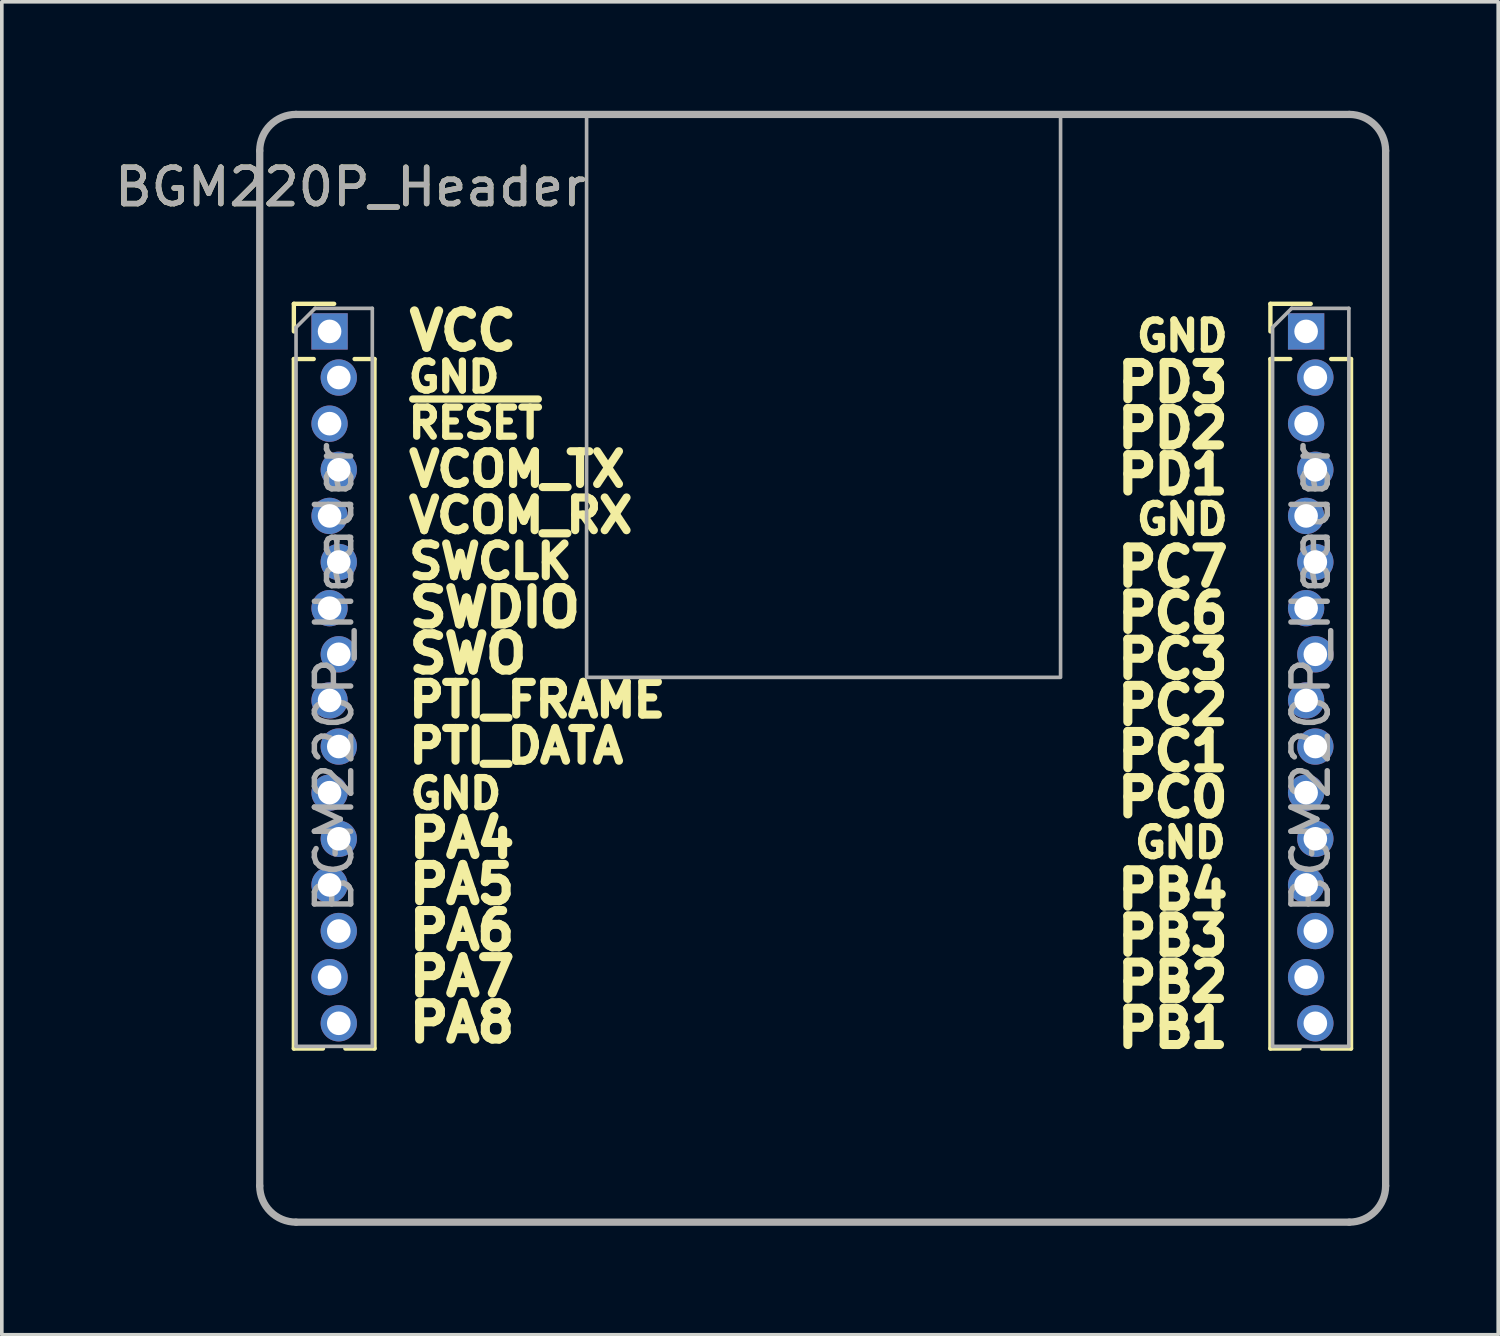
<source format=kicad_pcb>
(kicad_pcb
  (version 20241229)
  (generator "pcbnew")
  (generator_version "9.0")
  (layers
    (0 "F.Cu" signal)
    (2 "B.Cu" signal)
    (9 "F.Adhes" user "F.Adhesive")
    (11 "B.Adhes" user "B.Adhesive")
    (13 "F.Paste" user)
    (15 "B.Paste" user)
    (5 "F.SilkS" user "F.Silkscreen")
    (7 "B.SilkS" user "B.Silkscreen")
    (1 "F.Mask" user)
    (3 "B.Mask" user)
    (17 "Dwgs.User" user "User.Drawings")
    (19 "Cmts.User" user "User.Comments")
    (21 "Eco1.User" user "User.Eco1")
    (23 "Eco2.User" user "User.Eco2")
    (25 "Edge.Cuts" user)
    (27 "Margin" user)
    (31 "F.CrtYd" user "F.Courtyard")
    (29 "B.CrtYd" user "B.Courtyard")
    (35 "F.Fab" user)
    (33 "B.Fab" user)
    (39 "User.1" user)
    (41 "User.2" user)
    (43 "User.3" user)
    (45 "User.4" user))
  (footprint "BGM220P_Header"
    (layer "F.Cu")
    (at 19.601 15.6)
    (property "Reference" "BGM220P_Header" (at -13 -13.5 0) (unlocked yes) (layer "F.SilkS") (effects (font (size 1 1) (thickness 0.15))))
    (attr smd)
    (fp_line (start -14.56 -10.285) (end -13.45 -10.285) (stroke (width 0.12) (type solid)) (layer "F.SilkS"))
    (fp_line (start -14.56 -9.525) (end -14.56 -10.285) (stroke (width 0.12) (type solid)) (layer "F.SilkS"))
    (fp_line (start -14.56 -8.765) (end -14.56 10.22) (stroke (width 0.12) (type solid)) (layer "F.SilkS"))
    (fp_line (start -14.56 -8.765) (end -14.013 -8.765) (stroke (width 0.12) (type solid)) (layer "F.SilkS"))
    (fp_line (start -14.56 10.22) (end -13.758 10.22) (stroke (width 0.12) (type solid)) (layer "F.SilkS"))
    (fp_line (start -13.142 10.22) (end -12.34 10.22) (stroke (width 0.12) (type solid)) (layer "F.SilkS"))
    (fp_line (start -12.887 -8.765) (end -12.34 -8.765) (stroke (width 0.12) (type solid)) (layer "F.SilkS"))
    (fp_line (start -12.34 -8.765) (end -12.34 10.22) (stroke (width 0.12) (type solid)) (layer "F.SilkS"))
    (fp_line (start 12.328 -10.285) (end 13.438 -10.285) (stroke (width 0.12) (type solid)) (layer "F.SilkS"))
    (fp_line (start 12.328 -9.525) (end 12.328 -10.285) (stroke (width 0.12) (type solid)) (layer "F.SilkS"))
    (fp_line (start 12.328 -8.765) (end 12.328 10.22) (stroke (width 0.12) (type solid)) (layer "F.SilkS"))
    (fp_line (start 12.328 -8.765) (end 12.875 -8.765) (stroke (width 0.12) (type solid)) (layer "F.SilkS"))
    (fp_line (start 12.328 10.22) (end 13.13 10.22) (stroke (width 0.12) (type solid)) (layer "F.SilkS"))
    (fp_line (start 13.746 10.22) (end 14.548 10.22) (stroke (width 0.12) (type solid)) (layer "F.SilkS"))
    (fp_line (start 14.001 -8.765) (end 14.548 -8.765) (stroke (width 0.12) (type solid)) (layer "F.SilkS"))
    (fp_line (start 14.548 -8.765) (end 14.548 10.22) (stroke (width 0.12) (type solid)) (layer "F.SilkS"))
    (fp_line (start -15.5 14) (end -15.5 -14.5) (stroke (width 0.2) (type solid)) (layer "F.Fab"))
    (fp_line (start -14.5 -15.5) (end 14.5 -15.5) (stroke (width 0.2) (type solid)) (layer "F.Fab"))
    (fp_line (start -14.5 -9.635) (end -13.975 -10.16) (stroke (width 0.1) (type solid)) (layer "F.Fab"))
    (fp_line (start -14.5 10.16) (end -14.5 -9.635) (stroke (width 0.1) (type solid)) (layer "F.Fab"))
    (fp_line (start -13.975 -10.16) (end -12.4 -10.16) (stroke (width 0.1) (type solid)) (layer "F.Fab"))
    (fp_line (start -12.4 -10.16) (end -12.4 10.16) (stroke (width 0.1) (type solid)) (layer "F.Fab"))
    (fp_line (start -12.4 10.16) (end -14.5 10.16) (stroke (width 0.1) (type solid)) (layer "F.Fab"))
    (fp_line (start 12.388 -9.635) (end 12.913 -10.16) (stroke (width 0.1) (type solid)) (layer "F.Fab"))
    (fp_line (start 12.388 10.16) (end 12.388 -9.635) (stroke (width 0.1) (type solid)) (layer "F.Fab"))
    (fp_line (start 12.913 -10.16) (end 14.488 -10.16) (stroke (width 0.1) (type solid)) (layer "F.Fab"))
    (fp_line (start 14.488 -10.16) (end 14.488 10.16) (stroke (width 0.1) (type solid)) (layer "F.Fab"))
    (fp_line (start 14.488 10.16) (end 12.388 10.16) (stroke (width 0.1) (type solid)) (layer "F.Fab"))
    (fp_line (start 14.5 15) (end -14.5 15) (stroke (width 0.2) (type solid)) (layer "F.Fab"))
    (fp_line (start 15.5 -14.5) (end 15.5 14) (stroke (width 0.2) (type solid)) (layer "F.Fab"))
    (fp_rect (start -6.5 -15.5) (end 6.55 0) (stroke (width 0.1) (type solid)) (fill no) (layer "F.Fab"))
    (fp_arc (start -15.5 -14.5) (mid -15.207107 -15.207107) (end -14.5 -15.5) (stroke (width 0.2) (type solid)) (layer "F.Fab"))
    (fp_arc (start -14.500004 15.000004) (mid -15.207111 14.707111) (end -15.500004 14.000004) (stroke (width 0.2) (type solid)) (layer "F.Fab"))
    (fp_arc (start 14.5 -15.5) (mid 15.207107 -15.207107) (end 15.5 -14.5) (stroke (width 0.2) (type solid)) (layer "F.Fab"))
    (fp_arc (start 15.5 14) (mid 15.207107 14.707107) (end 14.5 15) (stroke (width 0.2) (type solid)) (layer "F.Fab"))
    (fp_text user "PA4" (at -11.5 4.43 0) (unlocked yes) (layer "F.SilkS") (effects (font (size 1 1) (thickness 0.25)) (justify left)))
    (fp_text user "SWO" (at -11.5 -0.65 0) (unlocked yes) (layer "F.SilkS") (effects (font (size 1 1) (thickness 0.25)) (justify left)))
    (fp_text user "PB2" (at 8 8.39 0) (unlocked yes) (layer "F.SilkS") (effects (font (size 1 1) (thickness 0.25)) (justify left)))
    (fp_text user "VCOM_TX" (at -11.5 -5.73 0) (unlocked yes) (layer "F.SilkS") (effects (font (size 0.9 0.9) (thickness 0.225)) (justify left)))
    (fp_text user "GND" (at 8.55 -9.4 0) (unlocked yes) (layer "F.SilkS") (effects (font (size 0.8 0.8) (thickness 0.2)) (justify left)))
    (fp_text user "~{RESET}" (at -11.5 -7 0) (unlocked yes) (layer "F.SilkS") (effects (font (size 0.8 0.8) (thickness 0.2)) (justify left)))
    (fp_text user "PTI_FRAME" (at -11.5 0.62 0) (unlocked yes) (layer "F.SilkS") (effects (font (size 0.9 0.9) (thickness 0.225)) (justify left)))
    (fp_text user "PD3" (at 8 -8.12 0) (unlocked yes) (layer "F.SilkS") (effects (font (size 1 1) (thickness 0.25)) (justify left)))
    (fp_text user "SWCLK" (at -11.5 -3.19 0) (unlocked yes) (layer "F.SilkS") (effects (font (size 0.9 0.9) (thickness 0.225)) (justify left)))
    (fp_text user "PA7" (at -11.5 8.24 0) (unlocked yes) (layer "F.SilkS") (effects (font (size 1 1) (thickness 0.25)) (justify left)))
    (fp_text user "VCC" (at -11.5 -9.54 0) (unlocked yes) (layer "F.SilkS") (effects (font (size 1 1) (thickness 0.25)) (justify left)))
    (fp_text user "SWDIO" (at -11.5 -1.92 0) (unlocked yes) (layer "F.SilkS") (effects (font (size 1 1) (thickness 0.25)) (justify left)))
    (fp_text user "PB1" (at 8 9.66 0) (unlocked yes) (layer "F.SilkS") (effects (font (size 1 1) (thickness 0.25)) (justify left)))
    (fp_text user "PD1" (at 8 -5.58 0) (unlocked yes) (layer "F.SilkS") (effects (font (size 1 1) (thickness 0.25)) (justify left)))
    (fp_text user "PC0" (at 8 3.31 0) (unlocked yes) (layer "F.SilkS") (effects (font (size 1 1) (thickness 0.25)) (justify left)))
    (fp_text user "PC1" (at 8 2.04 0) (unlocked yes) (layer "F.SilkS") (effects (font (size 1 1) (thickness 0.25)) (justify left)))
    (fp_text user "VCOM_RX" (at -11.506 -4.457 0) (unlocked yes) (layer "F.SilkS") (effects (font (size 0.9 0.9) (thickness 0.225)) (justify left)))
    (fp_text user "PTI_DATA" (at -11.5 1.89 0) (unlocked yes) (layer "F.SilkS") (effects (font (size 0.9 0.9) (thickness 0.225)) (justify left)))
    (fp_text user "GND" (at -11.45 3.2 0) (unlocked yes) (layer "F.SilkS") (effects (font (size 0.8 0.8) (thickness 0.2)) (justify left)))
    (fp_text user "PB3" (at 8 7.12 0) (unlocked yes) (layer "F.SilkS") (effects (font (size 1 1) (thickness 0.25)) (justify left)))
    (fp_text user "GND" (at 8.5 4.55 0) (unlocked yes) (layer "F.SilkS") (effects (font (size 0.8 0.8) (thickness 0.2)) (justify left)))
    (fp_text user "PA8" (at -11.5 9.51 0) (unlocked yes) (layer "F.SilkS") (effects (font (size 1 1) (thickness 0.25)) (justify left)))
    (fp_text user "PB4" (at 8 5.85 0) (unlocked yes) (layer "F.SilkS") (effects (font (size 1 1) (thickness 0.25)) (justify left)))
    (fp_text user "GND" (at 8.55 -4.35 0) (unlocked yes) (layer "F.SilkS") (effects (font (size 0.8 0.8) (thickness 0.2)) (justify left)))
    (fp_text user "PC2" (at 8 0.77 0) (unlocked yes) (layer "F.SilkS") (effects (font (size 1 1) (thickness 0.25)) (justify left)))
    (fp_text user "GND" (at -11.5 -8.27 0) (unlocked yes) (layer "F.SilkS") (effects (font (size 0.8 0.8) (thickness 0.2)) (justify left)))
    (fp_text user "PC3" (at 8 -0.5 0) (unlocked yes) (layer "F.SilkS") (effects (font (size 1 1) (thickness 0.25)) (justify left)))
    (fp_text user "PC6" (at 8 -1.77 0) (unlocked yes) (layer "F.SilkS") (effects (font (size 1 1) (thickness 0.25)) (justify left)))
    (fp_text user "PC7" (at 8 -3.04 0) (unlocked yes) (layer "F.SilkS") (effects (font (size 1 1) (thickness 0.25)) (justify left)))
    (fp_text user "PA5" (at -11.5 5.7 0) (unlocked yes) (layer "F.SilkS") (effects (font (size 1 1) (thickness 0.25)) (justify left)))
    (fp_text user "PD2" (at 8 -6.85 0) (unlocked yes) (layer "F.SilkS") (effects (font (size 1 1) (thickness 0.25)) (justify left)))
    (fp_text user "PA6" (at -11.5 6.97 0) (unlocked yes) (layer "F.SilkS") (effects (font (size 1 1) (thickness 0.25)) (justify left)))
    (fp_text user "${REFERENCE}" (at -13 -13.5 0) (unlocked yes) (layer "F.Fab") (effects (font (size 1 1) (thickness 0.15))))
    (fp_text user "${REFERENCE}" (at 13.438 0 270) (layer "F.Fab") (effects (font (size 1 1) (thickness 0.15))))
    (fp_text user "${REFERENCE}" (at -13.45 0 270) (layer "F.Fab") (effects (font (size 1 1) (thickness 0.15))))
    (pad "1" thru_hole rect (at 13.311 -9.525) (size 1 1) (drill 0.65) (layers "*.Cu" "*.Mask"))
    (pad "2" thru_hole oval (at 13.311 5.715) (size 1 1) (drill 0.65) (layers "*.Cu" "*.Mask"))
    (pad "3" thru_hole oval (at 13.565 6.985) (size 1 1) (drill 0.65) (layers "*.Cu" "*.Mask"))
    (pad "4" thru_hole oval (at 13.311 8.255) (size 1 1) (drill 0.65) (layers "*.Cu" "*.Mask"))
    (pad "5" thru_hole oval (at 13.565 9.525) (size 1 1) (drill 0.65) (layers "*.Cu" "*.Mask"))
    (pad "6" thru_hole oval (at -13.577 -4.445) (size 1 1) (drill 0.65) (layers "*.Cu" "*.Mask"))
    (pad "7" thru_hole oval (at -13.323 -5.715) (size 1 1) (drill 0.65) (layers "*.Cu" "*.Mask"))
    (pad "8" thru_hole oval (at -13.323 -3.175) (size 1 1) (drill 0.65) (layers "*.Cu" "*.Mask"))
    (pad "9" thru_hole oval (at -13.577 -1.905) (size 1 1) (drill 0.65) (layers "*.Cu" "*.Mask"))
    (pad "10" thru_hole oval (at -13.323 -0.635) (size 1 1) (drill 0.65) (layers "*.Cu" "*.Mask"))
    (pad "11" thru_hole oval (at -13.323 4.445) (size 1 1) (drill 0.65) (layers "*.Cu" "*.Mask"))
    (pad "12" thru_hole oval (at -13.577 3.175) (size 1 1) (drill 0.65) (layers "*.Cu" "*.Mask"))
    (pad "13" thru_hole rect (at -13.577 -9.525) (size 1 1) (drill 0.65) (layers "*.Cu" "*.Mask"))
    (pad "14" thru_hole oval (at -13.577 5.715) (size 1 1) (drill 0.65) (layers "*.Cu" "*.Mask"))
    (pad "15" thru_hole oval (at -13.323 6.985) (size 1 1) (drill 0.65) (layers "*.Cu" "*.Mask"))
    (pad "16" thru_hole oval (at -13.577 8.255) (size 1 1) (drill 0.65) (layers "*.Cu" "*.Mask"))
    (pad "17" thru_hole oval (at -13.323 9.525) (size 1 1) (drill 0.65) (layers "*.Cu" "*.Mask"))
    (pad "18" thru_hole oval (at 13.565 -8.255) (size 1 1) (drill 0.65) (layers "*.Cu" "*.Mask"))
    (pad "19" thru_hole oval (at 13.311 -6.985) (size 1 1) (drill 0.65) (layers "*.Cu" "*.Mask"))
    (pad "20" thru_hole oval (at 13.565 4.445) (size 1 1) (drill 0.65) (layers "*.Cu" "*.Mask"))
    (pad "21" thru_hole oval (at 13.565 -5.715) (size 1 1) (drill 0.65) (layers "*.Cu" "*.Mask"))
    (pad "22" thru_hole oval (at 13.311 3.175) (size 1 1) (drill 0.65) (layers "*.Cu" "*.Mask"))
    (pad "23" thru_hole oval (at 13.565 1.905) (size 1 1) (drill 0.65) (layers "*.Cu" "*.Mask"))
    (pad "24" thru_hole oval (at 13.311 0.635) (size 1 1) (drill 0.65) (layers "*.Cu" "*.Mask"))
    (pad "25" thru_hole oval (at 13.565 -0.635) (size 1 1) (drill 0.65) (layers "*.Cu" "*.Mask"))
    (pad "26" thru_hole oval (at -13.323 1.905) (size 1 1) (drill 0.65) (layers "*.Cu" "*.Mask"))
    (pad "27" thru_hole oval (at -13.577 0.635) (size 1 1) (drill 0.65) (layers "*.Cu" "*.Mask"))
    (pad "28" thru_hole oval (at 13.311 -1.905) (size 1 1) (drill 0.65) (layers "*.Cu" "*.Mask"))
    (pad "29" thru_hole oval (at 13.565 -3.175) (size 1 1) (drill 0.65) (layers "*.Cu" "*.Mask"))
    (pad "30" thru_hole oval (at -13.577 -6.985) (size 1 1) (drill 0.65) (layers "*.Cu" "*.Mask"))
    (pad "31" thru_hole oval (at -13.323 -8.255) (size 1 1) (drill 0.65) (layers "*.Cu" "*.Mask"))
    (pad "31" thru_hole oval (at 13.311 -4.445) (size 1 1) (drill 0.65) (layers "*.Cu" "*.Mask"))
    (zone (net_name "") (layers "F.Cu" "B.Cu" "F.Fab") (name "AntennaKeepOut") (hatch edge 0.508) (connect_pads) (min_thickness 0.254) (filled_areas_thickness no) (keepout (tracks not_allowed) (vias not_allowed) (pads not_allowed) (copperpour not_allowed) (footprints not_allowed)) (placement (enabled no)) (fill) (polygon (pts (xy 23.351 5) (xy 15.851 5) (xy 15.851 0.1) (xy 23.351 0.1)))))
  (gr_rect
    (start -3 -3)
    (end 38.201 33.7)
    (stroke (width 0.1) (type default))
    (fill no)
    (layer "Edge.Cuts")))
</source>
